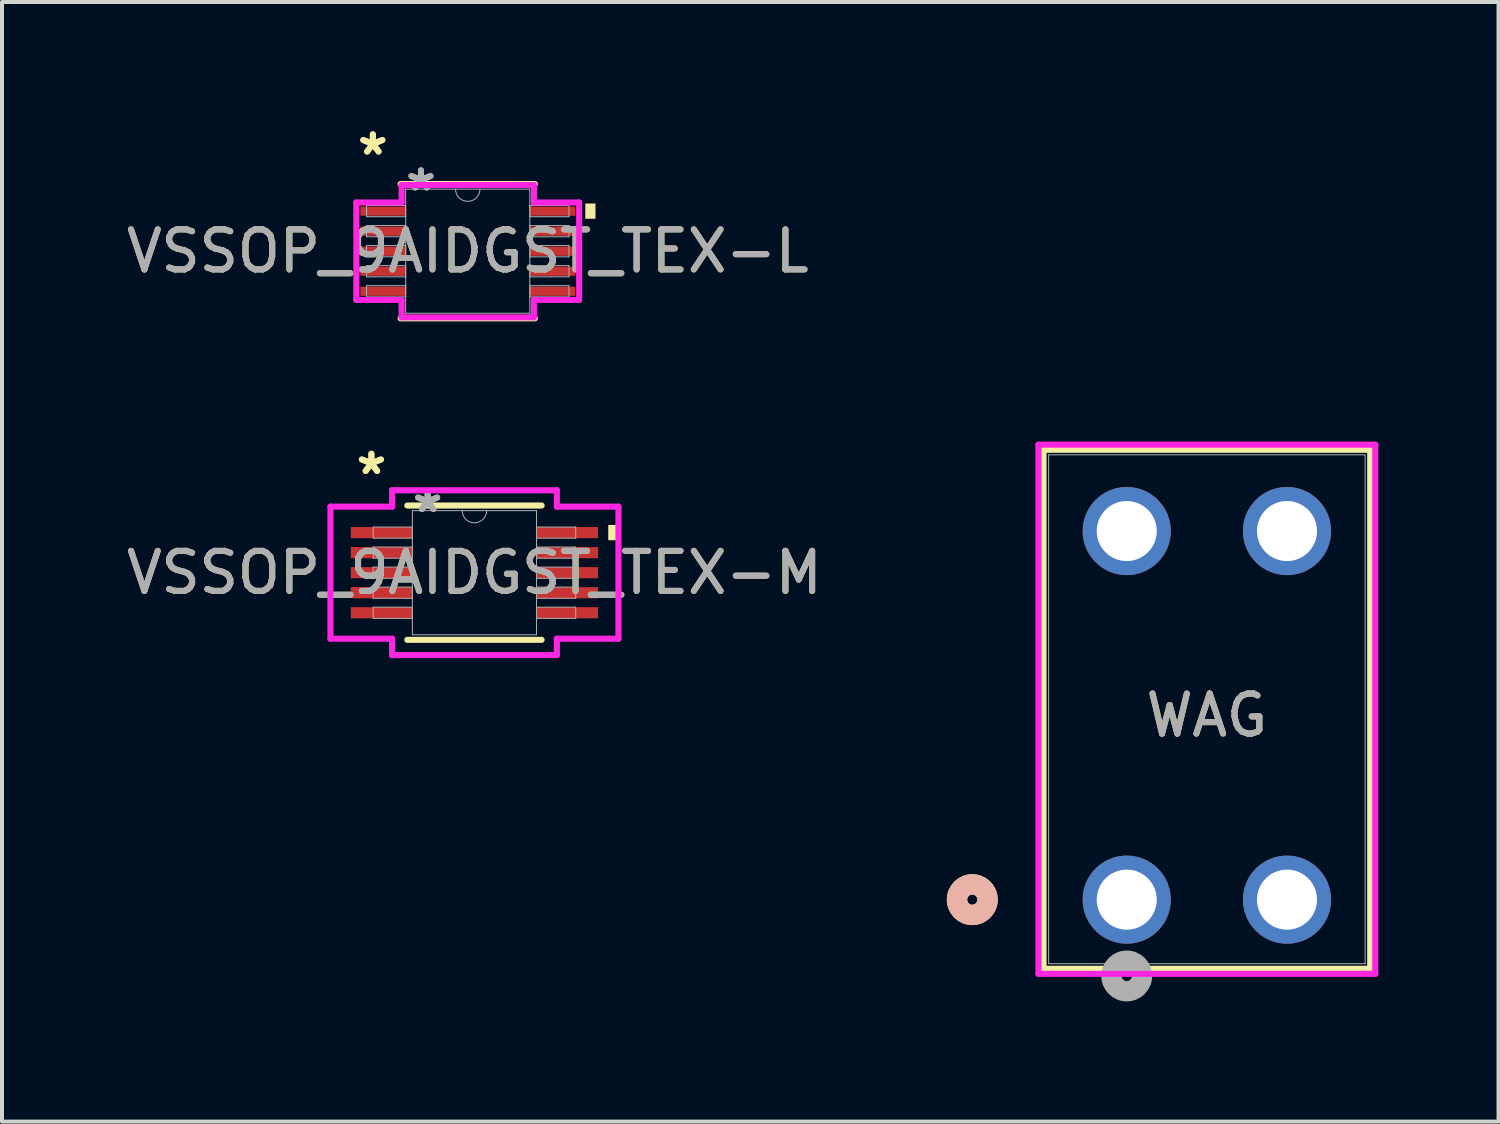
<source format=kicad_pcb>
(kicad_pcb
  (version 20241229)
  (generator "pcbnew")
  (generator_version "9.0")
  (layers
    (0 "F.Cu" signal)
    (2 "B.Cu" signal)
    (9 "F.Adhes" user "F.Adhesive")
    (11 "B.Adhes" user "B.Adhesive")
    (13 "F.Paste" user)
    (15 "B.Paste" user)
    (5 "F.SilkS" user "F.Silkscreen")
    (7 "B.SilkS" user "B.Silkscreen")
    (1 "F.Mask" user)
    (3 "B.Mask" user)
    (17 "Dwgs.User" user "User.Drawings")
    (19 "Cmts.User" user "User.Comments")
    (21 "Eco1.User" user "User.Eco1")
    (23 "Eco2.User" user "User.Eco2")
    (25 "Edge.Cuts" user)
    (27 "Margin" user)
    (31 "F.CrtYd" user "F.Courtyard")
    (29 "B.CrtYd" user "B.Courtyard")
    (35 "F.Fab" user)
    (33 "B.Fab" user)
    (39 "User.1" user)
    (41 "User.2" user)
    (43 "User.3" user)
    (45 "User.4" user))
  (footprint "WAG"
    (layer "F.Cu")
    (at 25.073 19.405)
    (property "Reference" "WAG" (at 2 -4.6 0) (unlocked yes) (layer "F.SilkS") (effects (font (size 1 1) (thickness 0.15))))
    (attr through_hole)
    (fp_line (start -2.077 -11.229) (end -2.077 1.725) (stroke (width 0.152) (type solid)) (layer "F.SilkS"))
    (fp_line (start -2.077 1.725) (end 6.077 1.725) (stroke (width 0.152) (type solid)) (layer "F.SilkS"))
    (fp_line (start 6.077 -11.229) (end -2.077 -11.229) (stroke (width 0.152) (type solid)) (layer "F.SilkS"))
    (fp_line (start 6.077 1.725) (end 6.077 -11.229) (stroke (width 0.152) (type solid)) (layer "F.SilkS"))
    (fp_circle (center -3.855 0) (end -3.474 0) (stroke (width 0.508) (type solid)) (fill no) (layer "F.SilkS"))
    (fp_circle (center -3.855 0) (end -3.474 0) (stroke (width 0.508) (type solid)) (fill no) (layer "B.SilkS"))
    (fp_poly (pts (xy 0 -9.289) (xy 0.051 -9.289) (xy 0.051 -9.2) (xy 0 -9.2)) (stroke (width 0) (type solid)) (fill yes) (layer "F.Paste"))
    (fp_poly (pts (xy 0 -0.089) (xy 0.051 -0.089) (xy 0.051 0) (xy 0 0)) (stroke (width 0) (type solid)) (fill yes) (layer "F.Paste"))
    (fp_poly (pts (xy 4 -9.289) (xy 4.051 -9.289) (xy 4.051 -9.2) (xy 4 -9.2)) (stroke (width 0) (type solid)) (fill yes) (layer "F.Paste"))
    (fp_poly (pts (xy 4 -0.089) (xy 4.051 -0.089) (xy 4.051 0) (xy 4 0)) (stroke (width 0) (type solid)) (fill yes) (layer "F.Paste"))
    (fp_line (start -2.204 -11.356) (end -2.204 1.852) (stroke (width 0.152) (type solid)) (layer "F.CrtYd"))
    (fp_line (start -2.204 1.852) (end 6.204 1.852) (stroke (width 0.152) (type solid)) (layer "F.CrtYd"))
    (fp_line (start 6.204 -11.356) (end -2.204 -11.356) (stroke (width 0.152) (type solid)) (layer "F.CrtYd"))
    (fp_line (start 6.204 1.852) (end 6.204 -11.356) (stroke (width 0.152) (type solid)) (layer "F.CrtYd"))
    (fp_line (start -1.95 -11.102) (end -1.95 1.598) (stroke (width 0.025) (type solid)) (layer "F.Fab"))
    (fp_line (start -1.95 1.598) (end 5.95 1.598) (stroke (width 0.025) (type solid)) (layer "F.Fab"))
    (fp_line (start 5.95 -11.102) (end -1.95 -11.102) (stroke (width 0.025) (type solid)) (layer "F.Fab"))
    (fp_line (start 5.95 1.598) (end 5.95 -11.102) (stroke (width 0.025) (type solid)) (layer "F.Fab"))
    (fp_circle (center 0 1.905) (end 0.381 1.905) (stroke (width 0.508) (type solid)) (fill no) (layer "F.Fab"))
    (fp_text user "${REFERENCE}" (at 2 -4.6 0) (unlocked yes) (layer "F.Fab") (effects (font (size 1 1) (thickness 0.15))))
    (pad "1" thru_hole circle (at 0 0) (size 2.2 2.2) (drill 1.499) (layers "*.Cu" "*.Mask"))
    (pad "2" thru_hole circle (at 0 -9.2) (size 2.2 2.2) (drill 1.499) (layers "*.Cu" "*.Mask"))
    (pad "3" thru_hole circle (at 4 0) (size 2.2 2.2) (drill 1.499) (layers "*.Cu" "*.Mask"))
    (pad "4" thru_hole circle (at 4 -9.2) (size 2.2 2.2) (drill 1.499) (layers "*.Cu" "*.Mask")))
  (footprint "VSSOP_9AIDGST_TEX-L"
    (layer "F.Cu")
    (at 8.625 3.22)
    (property "Reference" "VSSOP_9AIDGST_TEX-L" (at 0 0 0) (unlocked yes) (layer "F.SilkS") (effects (font (size 1 1) (thickness 0.15))))
    (attr smd)
    (fp_line (start -1.676 1.676) (end 1.676 1.676) (stroke (width 0.152) (type solid)) (layer "F.SilkS"))
    (fp_line (start 1.676 -1.676) (end -1.676 -1.676) (stroke (width 0.152) (type solid)) (layer "F.SilkS"))
    (fp_poly (pts (xy 3.188 -1.191) (xy 3.188 -0.81) (xy 2.934 -0.81) (xy 2.934 -1.191)) (stroke (width 0) (type solid)) (fill yes) (layer "F.SilkS"))
    (fp_line (start -2.781 -1.216) (end -1.651 -1.216) (stroke (width 0.152) (type solid)) (layer "F.CrtYd"))
    (fp_line (start -2.781 1.216) (end -2.781 -1.216) (stroke (width 0.152) (type solid)) (layer "F.CrtYd"))
    (fp_line (start -2.781 1.216) (end -1.651 1.216) (stroke (width 0.152) (type solid)) (layer "F.CrtYd"))
    (fp_line (start -1.651 -1.651) (end 1.651 -1.651) (stroke (width 0.152) (type solid)) (layer "F.CrtYd"))
    (fp_line (start -1.651 -1.216) (end -1.651 -1.651) (stroke (width 0.152) (type solid)) (layer "F.CrtYd"))
    (fp_line (start -1.651 1.651) (end -1.651 1.216) (stroke (width 0.152) (type solid)) (layer "F.CrtYd"))
    (fp_line (start 1.651 -1.651) (end 1.651 -1.216) (stroke (width 0.152) (type solid)) (layer "F.CrtYd"))
    (fp_line (start 1.651 1.216) (end 1.651 1.651) (stroke (width 0.152) (type solid)) (layer "F.CrtYd"))
    (fp_line (start 1.651 1.651) (end -1.651 1.651) (stroke (width 0.152) (type solid)) (layer "F.CrtYd"))
    (fp_line (start 2.781 -1.216) (end 1.651 -1.216) (stroke (width 0.152) (type solid)) (layer "F.CrtYd"))
    (fp_line (start 2.781 -1.216) (end 2.781 1.216) (stroke (width 0.152) (type solid)) (layer "F.CrtYd"))
    (fp_line (start 2.781 1.216) (end 1.651 1.216) (stroke (width 0.152) (type solid)) (layer "F.CrtYd"))
    (fp_line (start -2.527 -1.14) (end -2.527 -0.861) (stroke (width 0.025) (type solid)) (layer "F.Fab"))
    (fp_line (start -2.527 -0.861) (end -1.549 -0.861) (stroke (width 0.025) (type solid)) (layer "F.Fab"))
    (fp_line (start -2.527 -0.64) (end -2.527 -0.36) (stroke (width 0.025) (type solid)) (layer "F.Fab"))
    (fp_line (start -2.527 -0.36) (end -1.549 -0.36) (stroke (width 0.025) (type solid)) (layer "F.Fab"))
    (fp_line (start -2.527 -0.14) (end -2.527 0.14) (stroke (width 0.025) (type solid)) (layer "F.Fab"))
    (fp_line (start -2.527 0.14) (end -1.549 0.14) (stroke (width 0.025) (type solid)) (layer "F.Fab"))
    (fp_line (start -2.527 0.36) (end -2.527 0.64) (stroke (width 0.025) (type solid)) (layer "F.Fab"))
    (fp_line (start -2.527 0.64) (end -1.549 0.64) (stroke (width 0.025) (type solid)) (layer "F.Fab"))
    (fp_line (start -2.527 0.861) (end -2.527 1.14) (stroke (width 0.025) (type solid)) (layer "F.Fab"))
    (fp_line (start -2.527 1.14) (end -1.549 1.14) (stroke (width 0.025) (type solid)) (layer "F.Fab"))
    (fp_line (start -1.549 -1.549) (end -1.549 1.549) (stroke (width 0.025) (type solid)) (layer "F.Fab"))
    (fp_line (start -1.549 -1.14) (end -2.527 -1.14) (stroke (width 0.025) (type solid)) (layer "F.Fab"))
    (fp_line (start -1.549 -0.861) (end -1.549 -1.14) (stroke (width 0.025) (type solid)) (layer "F.Fab"))
    (fp_line (start -1.549 -0.64) (end -2.527 -0.64) (stroke (width 0.025) (type solid)) (layer "F.Fab"))
    (fp_line (start -1.549 -0.36) (end -1.549 -0.64) (stroke (width 0.025) (type solid)) (layer "F.Fab"))
    (fp_line (start -1.549 -0.14) (end -2.527 -0.14) (stroke (width 0.025) (type solid)) (layer "F.Fab"))
    (fp_line (start -1.549 0.14) (end -1.549 -0.14) (stroke (width 0.025) (type solid)) (layer "F.Fab"))
    (fp_line (start -1.549 0.36) (end -2.527 0.36) (stroke (width 0.025) (type solid)) (layer "F.Fab"))
    (fp_line (start -1.549 0.64) (end -1.549 0.36) (stroke (width 0.025) (type solid)) (layer "F.Fab"))
    (fp_line (start -1.549 0.861) (end -2.527 0.861) (stroke (width 0.025) (type solid)) (layer "F.Fab"))
    (fp_line (start -1.549 1.14) (end -1.549 0.861) (stroke (width 0.025) (type solid)) (layer "F.Fab"))
    (fp_line (start -1.549 1.549) (end 1.549 1.549) (stroke (width 0.025) (type solid)) (layer "F.Fab"))
    (fp_line (start 1.549 -1.549) (end -1.549 -1.549) (stroke (width 0.025) (type solid)) (layer "F.Fab"))
    (fp_line (start 1.549 -1.14) (end 1.549 -0.861) (stroke (width 0.025) (type solid)) (layer "F.Fab"))
    (fp_line (start 1.549 -0.861) (end 2.527 -0.861) (stroke (width 0.025) (type solid)) (layer "F.Fab"))
    (fp_line (start 1.549 -0.64) (end 1.549 -0.36) (stroke (width 0.025) (type solid)) (layer "F.Fab"))
    (fp_line (start 1.549 -0.36) (end 2.527 -0.36) (stroke (width 0.025) (type solid)) (layer "F.Fab"))
    (fp_line (start 1.549 -0.14) (end 1.549 0.14) (stroke (width 0.025) (type solid)) (layer "F.Fab"))
    (fp_line (start 1.549 0.14) (end 2.527 0.14) (stroke (width 0.025) (type solid)) (layer "F.Fab"))
    (fp_line (start 1.549 0.36) (end 1.549 0.64) (stroke (width 0.025) (type solid)) (layer "F.Fab"))
    (fp_line (start 1.549 0.64) (end 2.527 0.64) (stroke (width 0.025) (type solid)) (layer "F.Fab"))
    (fp_line (start 1.549 0.861) (end 1.549 1.14) (stroke (width 0.025) (type solid)) (layer "F.Fab"))
    (fp_line (start 1.549 1.14) (end 2.527 1.14) (stroke (width 0.025) (type solid)) (layer "F.Fab"))
    (fp_line (start 1.549 1.549) (end 1.549 -1.549) (stroke (width 0.025) (type solid)) (layer "F.Fab"))
    (fp_line (start 2.527 -1.14) (end 1.549 -1.14) (stroke (width 0.025) (type solid)) (layer "F.Fab"))
    (fp_line (start 2.527 -0.861) (end 2.527 -1.14) (stroke (width 0.025) (type solid)) (layer "F.Fab"))
    (fp_line (start 2.527 -0.64) (end 1.549 -0.64) (stroke (width 0.025) (type solid)) (layer "F.Fab"))
    (fp_line (start 2.527 -0.36) (end 2.527 -0.64) (stroke (width 0.025) (type solid)) (layer "F.Fab"))
    (fp_line (start 2.527 -0.14) (end 1.549 -0.14) (stroke (width 0.025) (type solid)) (layer "F.Fab"))
    (fp_line (start 2.527 0.14) (end 2.527 -0.14) (stroke (width 0.025) (type solid)) (layer "F.Fab"))
    (fp_line (start 2.527 0.36) (end 1.549 0.36) (stroke (width 0.025) (type solid)) (layer "F.Fab"))
    (fp_line (start 2.527 0.64) (end 2.527 0.36) (stroke (width 0.025) (type solid)) (layer "F.Fab"))
    (fp_line (start 2.527 0.861) (end 1.549 0.861) (stroke (width 0.025) (type solid)) (layer "F.Fab"))
    (fp_line (start 2.527 1.14) (end 2.527 0.861) (stroke (width 0.025) (type solid)) (layer "F.Fab"))
    (fp_arc (start 0.3048 -1.5494) (mid 0 -1.2446) (end -0.3048 -1.5494) (stroke (width 0.0254) (type solid)) (layer "F.Fab"))
    (fp_text user "*" (at -2.369 -2.372 0) (layer "F.SilkS") (effects (font (size 1 1) (thickness 0.15))))
    (fp_text user "*" (at -2.369 -2.372 0) (unlocked yes) (layer "F.SilkS") (effects (font (size 1 1) (thickness 0.15))))
    (fp_text user "${REFERENCE}" (at 0 0 0) (unlocked yes) (layer "F.Fab") (effects (font (size 1 1) (thickness 0.15))))
    (fp_text user "*" (at -1.168 -1.473 0) (layer "F.Fab") (effects (font (size 1 1) (thickness 0.15))))
    (fp_text user "*" (at -1.168 -1.473 0) (unlocked yes) (layer "F.Fab") (effects (font (size 1 1) (thickness 0.15))))
    (pad "1" smd rect (at -2.115 -1) (size 1.13 0.229) (layers "F.Cu" "F.Mask" "F.Paste"))
    (pad "2" smd rect (at -2.115 -0.5) (size 1.13 0.229) (layers "F.Cu" "F.Mask" "F.Paste"))
    (pad "3" smd rect (at -2.115 0) (size 1.13 0.229) (layers "F.Cu" "F.Mask" "F.Paste"))
    (pad "4" smd rect (at -2.115 0.5) (size 1.13 0.229) (layers "F.Cu" "F.Mask" "F.Paste"))
    (pad "5" smd rect (at -2.115 1) (size 1.13 0.229) (layers "F.Cu" "F.Mask" "F.Paste"))
    (pad "6" smd rect (at 2.115 1) (size 1.13 0.229) (layers "F.Cu" "F.Mask" "F.Paste"))
    (pad "7" smd rect (at 2.115 0.5) (size 1.13 0.229) (layers "F.Cu" "F.Mask" "F.Paste"))
    (pad "8" smd rect (at 2.115 0) (size 1.13 0.229) (layers "F.Cu" "F.Mask" "F.Paste"))
    (pad "9" smd rect (at 2.115 -0.5) (size 1.13 0.229) (layers "F.Cu" "F.Mask" "F.Paste"))
    (pad "10" smd rect (at 2.115 -1) (size 1.13 0.229) (layers "F.Cu" "F.Mask" "F.Paste")))
  (footprint "VSSOP_9AIDGST_TEX-M"
    (layer "F.Cu")
    (at 8.792 11.244)
    (property "Reference" "VSSOP_9AIDGST_TEX-M" (at 0 0 0) (unlocked yes) (layer "F.SilkS") (effects (font (size 1 1) (thickness 0.15))))
    (attr smd)
    (fp_line (start -1.676 1.676) (end 1.676 1.676) (stroke (width 0.152) (type solid)) (layer "F.SilkS"))
    (fp_line (start 1.676 -1.676) (end -1.676 -1.676) (stroke (width 0.152) (type solid)) (layer "F.SilkS"))
    (fp_poly (pts (xy 3.594 -1.191) (xy 3.594 -0.81) (xy 3.34 -0.81) (xy 3.34 -1.191)) (stroke (width 0) (type solid)) (fill yes) (layer "F.SilkS"))
    (fp_line (start -3.594 -1.648) (end -2.057 -1.648) (stroke (width 0.152) (type solid)) (layer "F.CrtYd"))
    (fp_line (start -3.594 1.648) (end -3.594 -1.648) (stroke (width 0.152) (type solid)) (layer "F.CrtYd"))
    (fp_line (start -3.594 1.648) (end -2.057 1.648) (stroke (width 0.152) (type solid)) (layer "F.CrtYd"))
    (fp_line (start -2.057 -2.057) (end 2.057 -2.057) (stroke (width 0.152) (type solid)) (layer "F.CrtYd"))
    (fp_line (start -2.057 -1.648) (end -2.057 -2.057) (stroke (width 0.152) (type solid)) (layer "F.CrtYd"))
    (fp_line (start -2.057 2.057) (end -2.057 1.648) (stroke (width 0.152) (type solid)) (layer "F.CrtYd"))
    (fp_line (start 2.057 -2.057) (end 2.057 -1.648) (stroke (width 0.152) (type solid)) (layer "F.CrtYd"))
    (fp_line (start 2.057 1.648) (end 2.057 2.057) (stroke (width 0.152) (type solid)) (layer "F.CrtYd"))
    (fp_line (start 2.057 2.057) (end -2.057 2.057) (stroke (width 0.152) (type solid)) (layer "F.CrtYd"))
    (fp_line (start 3.594 -1.648) (end 2.057 -1.648) (stroke (width 0.152) (type solid)) (layer "F.CrtYd"))
    (fp_line (start 3.594 -1.648) (end 3.594 1.648) (stroke (width 0.152) (type solid)) (layer "F.CrtYd"))
    (fp_line (start 3.594 1.648) (end 2.057 1.648) (stroke (width 0.152) (type solid)) (layer "F.CrtYd"))
    (fp_line (start -2.527 -1.14) (end -2.527 -0.861) (stroke (width 0.025) (type solid)) (layer "F.Fab"))
    (fp_line (start -2.527 -0.861) (end -1.549 -0.861) (stroke (width 0.025) (type solid)) (layer "F.Fab"))
    (fp_line (start -2.527 -0.64) (end -2.527 -0.36) (stroke (width 0.025) (type solid)) (layer "F.Fab"))
    (fp_line (start -2.527 -0.36) (end -1.549 -0.36) (stroke (width 0.025) (type solid)) (layer "F.Fab"))
    (fp_line (start -2.527 -0.14) (end -2.527 0.14) (stroke (width 0.025) (type solid)) (layer "F.Fab"))
    (fp_line (start -2.527 0.14) (end -1.549 0.14) (stroke (width 0.025) (type solid)) (layer "F.Fab"))
    (fp_line (start -2.527 0.36) (end -2.527 0.64) (stroke (width 0.025) (type solid)) (layer "F.Fab"))
    (fp_line (start -2.527 0.64) (end -1.549 0.64) (stroke (width 0.025) (type solid)) (layer "F.Fab"))
    (fp_line (start -2.527 0.861) (end -2.527 1.14) (stroke (width 0.025) (type solid)) (layer "F.Fab"))
    (fp_line (start -2.527 1.14) (end -1.549 1.14) (stroke (width 0.025) (type solid)) (layer "F.Fab"))
    (fp_line (start -1.549 -1.549) (end -1.549 1.549) (stroke (width 0.025) (type solid)) (layer "F.Fab"))
    (fp_line (start -1.549 -1.14) (end -2.527 -1.14) (stroke (width 0.025) (type solid)) (layer "F.Fab"))
    (fp_line (start -1.549 -0.861) (end -1.549 -1.14) (stroke (width 0.025) (type solid)) (layer "F.Fab"))
    (fp_line (start -1.549 -0.64) (end -2.527 -0.64) (stroke (width 0.025) (type solid)) (layer "F.Fab"))
    (fp_line (start -1.549 -0.36) (end -1.549 -0.64) (stroke (width 0.025) (type solid)) (layer "F.Fab"))
    (fp_line (start -1.549 -0.14) (end -2.527 -0.14) (stroke (width 0.025) (type solid)) (layer "F.Fab"))
    (fp_line (start -1.549 0.14) (end -1.549 -0.14) (stroke (width 0.025) (type solid)) (layer "F.Fab"))
    (fp_line (start -1.549 0.36) (end -2.527 0.36) (stroke (width 0.025) (type solid)) (layer "F.Fab"))
    (fp_line (start -1.549 0.64) (end -1.549 0.36) (stroke (width 0.025) (type solid)) (layer "F.Fab"))
    (fp_line (start -1.549 0.861) (end -2.527 0.861) (stroke (width 0.025) (type solid)) (layer "F.Fab"))
    (fp_line (start -1.549 1.14) (end -1.549 0.861) (stroke (width 0.025) (type solid)) (layer "F.Fab"))
    (fp_line (start -1.549 1.549) (end 1.549 1.549) (stroke (width 0.025) (type solid)) (layer "F.Fab"))
    (fp_line (start 1.549 -1.549) (end -1.549 -1.549) (stroke (width 0.025) (type solid)) (layer "F.Fab"))
    (fp_line (start 1.549 -1.14) (end 1.549 -0.861) (stroke (width 0.025) (type solid)) (layer "F.Fab"))
    (fp_line (start 1.549 -0.861) (end 2.527 -0.861) (stroke (width 0.025) (type solid)) (layer "F.Fab"))
    (fp_line (start 1.549 -0.64) (end 1.549 -0.36) (stroke (width 0.025) (type solid)) (layer "F.Fab"))
    (fp_line (start 1.549 -0.36) (end 2.527 -0.36) (stroke (width 0.025) (type solid)) (layer "F.Fab"))
    (fp_line (start 1.549 -0.14) (end 1.549 0.14) (stroke (width 0.025) (type solid)) (layer "F.Fab"))
    (fp_line (start 1.549 0.14) (end 2.527 0.14) (stroke (width 0.025) (type solid)) (layer "F.Fab"))
    (fp_line (start 1.549 0.36) (end 1.549 0.64) (stroke (width 0.025) (type solid)) (layer "F.Fab"))
    (fp_line (start 1.549 0.64) (end 2.527 0.64) (stroke (width 0.025) (type solid)) (layer "F.Fab"))
    (fp_line (start 1.549 0.861) (end 1.549 1.14) (stroke (width 0.025) (type solid)) (layer "F.Fab"))
    (fp_line (start 1.549 1.14) (end 2.527 1.14) (stroke (width 0.025) (type solid)) (layer "F.Fab"))
    (fp_line (start 1.549 1.549) (end 1.549 -1.549) (stroke (width 0.025) (type solid)) (layer "F.Fab"))
    (fp_line (start 2.527 -1.14) (end 1.549 -1.14) (stroke (width 0.025) (type solid)) (layer "F.Fab"))
    (fp_line (start 2.527 -0.861) (end 2.527 -1.14) (stroke (width 0.025) (type solid)) (layer "F.Fab"))
    (fp_line (start 2.527 -0.64) (end 1.549 -0.64) (stroke (width 0.025) (type solid)) (layer "F.Fab"))
    (fp_line (start 2.527 -0.36) (end 2.527 -0.64) (stroke (width 0.025) (type solid)) (layer "F.Fab"))
    (fp_line (start 2.527 -0.14) (end 1.549 -0.14) (stroke (width 0.025) (type solid)) (layer "F.Fab"))
    (fp_line (start 2.527 0.14) (end 2.527 -0.14) (stroke (width 0.025) (type solid)) (layer "F.Fab"))
    (fp_line (start 2.527 0.36) (end 1.549 0.36) (stroke (width 0.025) (type solid)) (layer "F.Fab"))
    (fp_line (start 2.527 0.64) (end 2.527 0.36) (stroke (width 0.025) (type solid)) (layer "F.Fab"))
    (fp_line (start 2.527 0.861) (end 1.549 0.861) (stroke (width 0.025) (type solid)) (layer "F.Fab"))
    (fp_line (start 2.527 1.14) (end 2.527 0.861) (stroke (width 0.025) (type solid)) (layer "F.Fab"))
    (fp_arc (start 0.3048 -1.5494) (mid 0 -1.2446) (end -0.3048 -1.5494) (stroke (width 0.0254) (type solid)) (layer "F.Fab"))
    (fp_text user "*" (at -2.572 -2.423 0) (layer "F.SilkS") (effects (font (size 1 1) (thickness 0.15))))
    (fp_text user "*" (at -2.572 -2.423 0) (unlocked yes) (layer "F.SilkS") (effects (font (size 1 1) (thickness 0.15))))
    (fp_text user "*" (at -1.168 -1.473 0) (unlocked yes) (layer "F.Fab") (effects (font (size 1 1) (thickness 0.15))))
    (fp_text user "*" (at -1.168 -1.473 0) (layer "F.Fab") (effects (font (size 1 1) (thickness 0.15))))
    (fp_text user "${REFERENCE}" (at 0 0 0) (unlocked yes) (layer "F.Fab") (effects (font (size 1 1) (thickness 0.15))))
    (pad "1" smd rect (at -2.318 -1) (size 1.537 0.279) (layers "F.Cu" "F.Mask" "F.Paste"))
    (pad "2" smd rect (at -2.318 -0.5) (size 1.537 0.279) (layers "F.Cu" "F.Mask" "F.Paste"))
    (pad "3" smd rect (at -2.318 0) (size 1.537 0.279) (layers "F.Cu" "F.Mask" "F.Paste"))
    (pad "4" smd rect (at -2.318 0.5) (size 1.537 0.279) (layers "F.Cu" "F.Mask" "F.Paste"))
    (pad "5" smd rect (at -2.318 1) (size 1.537 0.279) (layers "F.Cu" "F.Mask" "F.Paste"))
    (pad "6" smd rect (at 2.318 1) (size 1.537 0.279) (layers "F.Cu" "F.Mask" "F.Paste"))
    (pad "7" smd rect (at 2.318 0.5) (size 1.537 0.279) (layers "F.Cu" "F.Mask" "F.Paste"))
    (pad "8" smd rect (at 2.318 0) (size 1.537 0.279) (layers "F.Cu" "F.Mask" "F.Paste"))
    (pad "9" smd rect (at 2.318 -0.5) (size 1.537 0.279) (layers "F.Cu" "F.Mask" "F.Paste"))
    (pad "10" smd rect (at 2.318 -1) (size 1.537 0.279) (layers "F.Cu" "F.Mask" "F.Paste")))
  (gr_rect
    (start -3 -3)
    (end 34.353 24.945)
    (stroke (width 0.1) (type default))
    (fill no)
    (layer "Edge.Cuts")))
</source>
